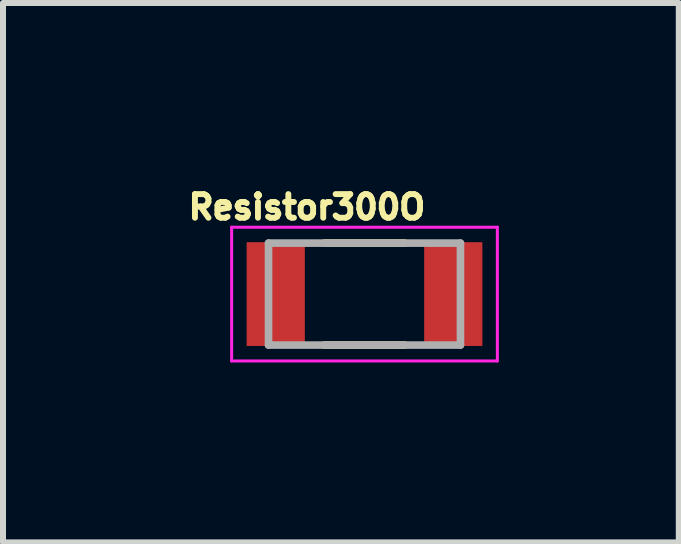
<source format=kicad_pcb>
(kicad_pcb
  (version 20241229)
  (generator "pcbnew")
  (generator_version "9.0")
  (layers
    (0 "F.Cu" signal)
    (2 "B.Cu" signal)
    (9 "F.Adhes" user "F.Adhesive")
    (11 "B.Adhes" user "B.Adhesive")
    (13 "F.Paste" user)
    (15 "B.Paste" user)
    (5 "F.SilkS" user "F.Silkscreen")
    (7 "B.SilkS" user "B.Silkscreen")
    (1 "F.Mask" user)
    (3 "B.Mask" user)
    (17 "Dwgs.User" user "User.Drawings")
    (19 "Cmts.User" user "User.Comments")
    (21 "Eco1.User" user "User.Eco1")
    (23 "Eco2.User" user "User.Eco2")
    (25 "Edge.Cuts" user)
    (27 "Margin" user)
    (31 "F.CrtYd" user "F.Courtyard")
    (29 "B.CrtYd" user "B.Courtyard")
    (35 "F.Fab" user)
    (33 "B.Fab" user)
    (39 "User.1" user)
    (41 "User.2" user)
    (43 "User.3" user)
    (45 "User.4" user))
  (footprint "Resistor300O"
    (layer "F.Cu")
    (at 3.027 1.853)
    (property "Reference" "Resistor300O" (at -0.96 -1.45 0) (layer "F.SilkS") (effects (font (size 0.394 0.394) (thickness 0.15))))
    (attr smd)
    (fp_line (start -0.67 -0.85) (end 0.67 -0.85) (stroke (width 0.127) (type solid)) (layer "F.SilkS"))
    (fp_line (start -0.67 0.85) (end 0.67 0.85) (stroke (width 0.127) (type solid)) (layer "F.SilkS"))
    (fp_line (start -2.215 -1.115) (end 2.215 -1.115) (stroke (width 0.05) (type solid)) (layer "F.CrtYd"))
    (fp_line (start -2.215 1.115) (end -2.215 -1.115) (stroke (width 0.05) (type solid)) (layer "F.CrtYd"))
    (fp_line (start -2.215 1.115) (end 2.215 1.115) (stroke (width 0.05) (type solid)) (layer "F.CrtYd"))
    (fp_line (start 2.215 1.115) (end 2.215 -1.115) (stroke (width 0.05) (type solid)) (layer "F.CrtYd"))
    (fp_line (start -1.6 0.85) (end -1.6 -0.85) (stroke (width 0.127) (type solid)) (layer "F.Fab"))
    (fp_line (start 1.6 -0.85) (end -1.6 -0.85) (stroke (width 0.127) (type solid)) (layer "F.Fab"))
    (fp_line (start 1.6 0.85) (end -1.6 0.85) (stroke (width 0.127) (type solid)) (layer "F.Fab"))
    (fp_line (start 1.6 0.85) (end 1.6 -0.85) (stroke (width 0.127) (type solid)) (layer "F.Fab"))
    (pad "1" smd rect (at -1.48 0) (size 0.97 1.73) (layers "F.Cu" "F.Mask" "F.Paste"))
    (pad "2" smd rect (at 1.48 0) (size 0.97 1.73) (layers "F.Cu" "F.Mask" "F.Paste")))
  (gr_rect
    (start -3 -3)
    (end 8.267 5.993)
    (stroke (width 0.1) (type default))
    (fill no)
    (layer "Edge.Cuts")))
</source>
